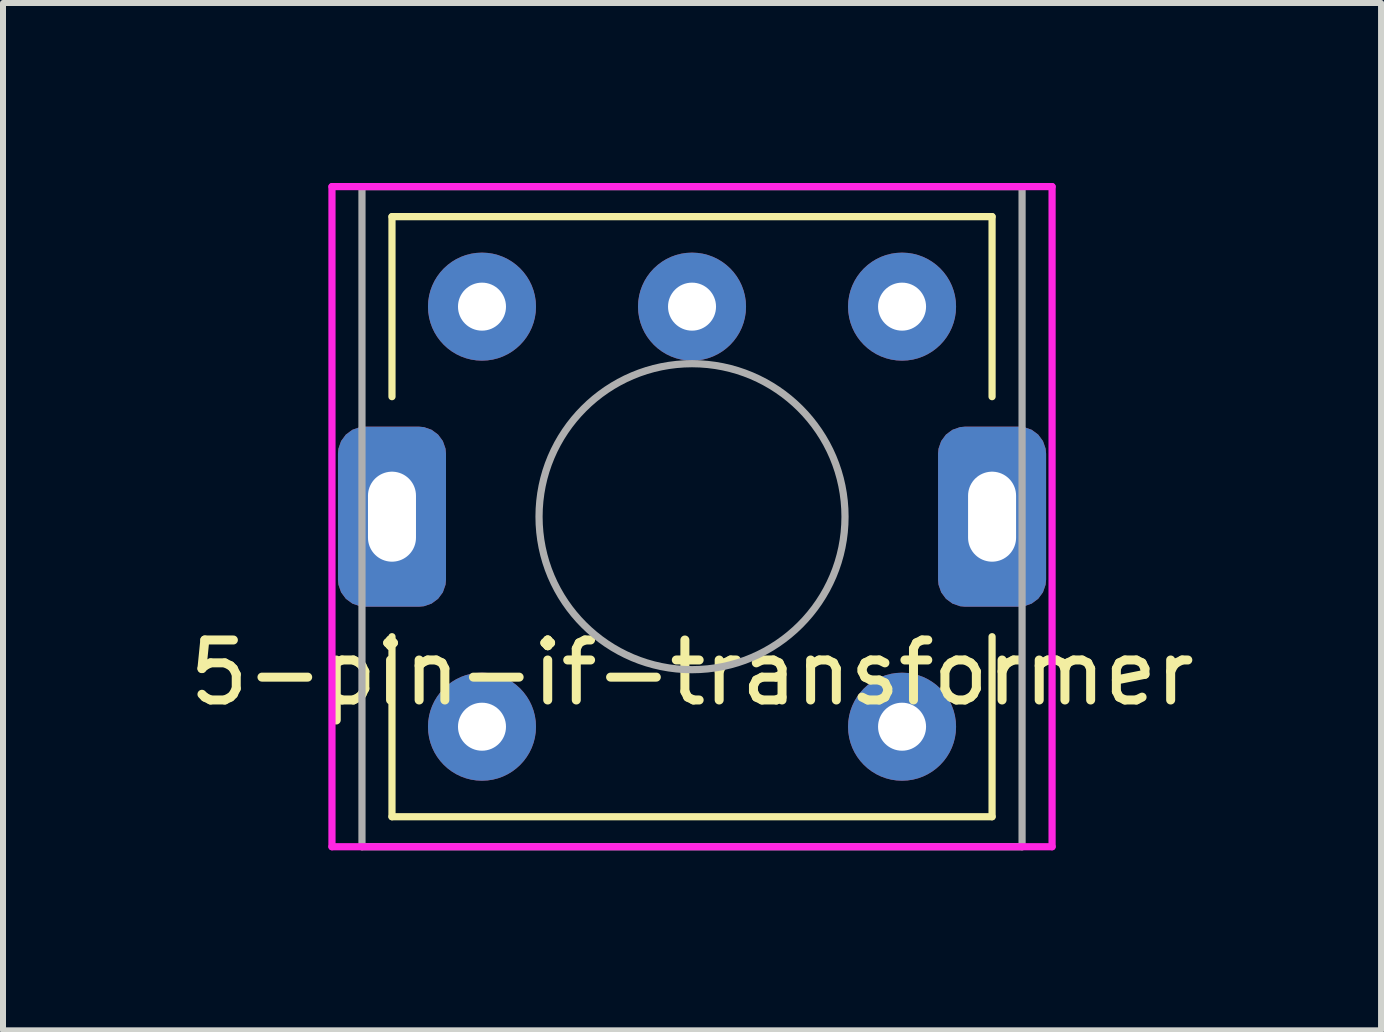
<source format=kicad_pcb>
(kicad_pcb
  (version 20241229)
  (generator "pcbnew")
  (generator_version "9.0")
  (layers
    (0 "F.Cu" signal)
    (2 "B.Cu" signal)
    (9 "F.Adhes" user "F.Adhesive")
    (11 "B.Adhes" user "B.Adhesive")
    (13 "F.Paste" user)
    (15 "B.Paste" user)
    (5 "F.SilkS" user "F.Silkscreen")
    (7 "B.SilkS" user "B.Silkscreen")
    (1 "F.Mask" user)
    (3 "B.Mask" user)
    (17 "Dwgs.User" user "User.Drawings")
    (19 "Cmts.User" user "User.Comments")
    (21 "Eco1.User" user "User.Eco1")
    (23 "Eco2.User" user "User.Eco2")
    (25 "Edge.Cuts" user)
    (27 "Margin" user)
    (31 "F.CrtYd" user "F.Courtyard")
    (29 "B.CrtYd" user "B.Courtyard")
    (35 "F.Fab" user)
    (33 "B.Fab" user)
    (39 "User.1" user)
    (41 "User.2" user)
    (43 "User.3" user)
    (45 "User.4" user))
  (footprint "5-pin-if-transformer"
    (layer "F.Cu")
    (at 8.482 2.06)
    (property "Reference" "5-pin-if-transformer" (at 0 6.1 0) (layer "F.SilkS") (effects (font (size 1 1) (thickness 0.15))))
    (attr through_hole)
    (fp_line (start -5 -1.5) (end -5 1.5) (stroke (width 0.12) (type solid)) (layer "F.SilkS"))
    (fp_line (start -5 -1.5) (end 5 -1.5) (stroke (width 0.12) (type solid)) (layer "F.SilkS"))
    (fp_line (start -5 8.5) (end -5 5.5) (stroke (width 0.12) (type solid)) (layer "F.SilkS"))
    (fp_line (start 5 -1.5) (end 5 1.5) (stroke (width 0.12) (type solid)) (layer "F.SilkS"))
    (fp_line (start 5 8.5) (end -5 8.5) (stroke (width 0.12) (type solid)) (layer "F.SilkS"))
    (fp_line (start 5 8.5) (end 5 5.5) (stroke (width 0.12) (type solid)) (layer "F.SilkS"))
    (fp_line (start -6 -2) (end 6 -2) (stroke (width 0.12) (type solid)) (layer "F.CrtYd"))
    (fp_line (start -6 9) (end -6 -2) (stroke (width 0.12) (type solid)) (layer "F.CrtYd"))
    (fp_line (start 6 -2) (end 6 9) (stroke (width 0.12) (type solid)) (layer "F.CrtYd"))
    (fp_line (start 6 9) (end -6 9) (stroke (width 0.12) (type solid)) (layer "F.CrtYd"))
    (fp_line (start -5.5 -2) (end 5.5 -2) (stroke (width 0.12) (type solid)) (layer "F.Fab"))
    (fp_line (start -5.5 9) (end -5.5 -2) (stroke (width 0.12) (type solid)) (layer "F.Fab"))
    (fp_line (start 5.5 -2) (end 5.5 9) (stroke (width 0.12) (type solid)) (layer "F.Fab"))
    (fp_line (start 5.5 9) (end -5.5 9) (stroke (width 0.12) (type solid)) (layer "F.Fab"))
    (fp_circle (center 0 3.5) (end 0.5 6) (stroke (width 0.12) (type solid)) (fill no) (layer "F.Fab"))
    (pad "1" thru_hole circle (at 3.5 0) (size 1.8 1.8) (drill 0.8) (layers "*.Cu" "*.Mask"))
    (pad "2" thru_hole circle (at 0 0) (size 1.8 1.8) (drill 0.8) (layers "*.Cu" "*.Mask"))
    (pad "3" thru_hole circle (at -3.5 0) (size 1.8 1.8) (drill 0.8) (layers "*.Cu" "*.Mask"))
    (pad "4" thru_hole circle (at -3.5 7) (size 1.8 1.8) (drill 0.8) (layers "*.Cu" "*.Mask"))
    (pad "5" thru_hole circle (at 3.5 7) (size 1.8 1.8) (drill 0.8) (layers "*.Cu" "*.Mask"))
    (pad "6" thru_hole roundrect (at -5 3.5 90) (size 3 1.8) (drill oval 1.5 0.8) (layers "*.Cu" "*.Mask") (roundrect_rratio 0.25))
    (pad "6" thru_hole roundrect (at 5 3.5 90) (size 3 1.8) (drill oval 1.5 0.8) (layers "*.Cu" "*.Mask") (roundrect_rratio 0.25)))
  (gr_rect
    (start -3 -3)
    (end 19.964 14.12)
    (stroke (width 0.1) (type default))
    (fill no)
    (layer "Edge.Cuts")))
</source>
